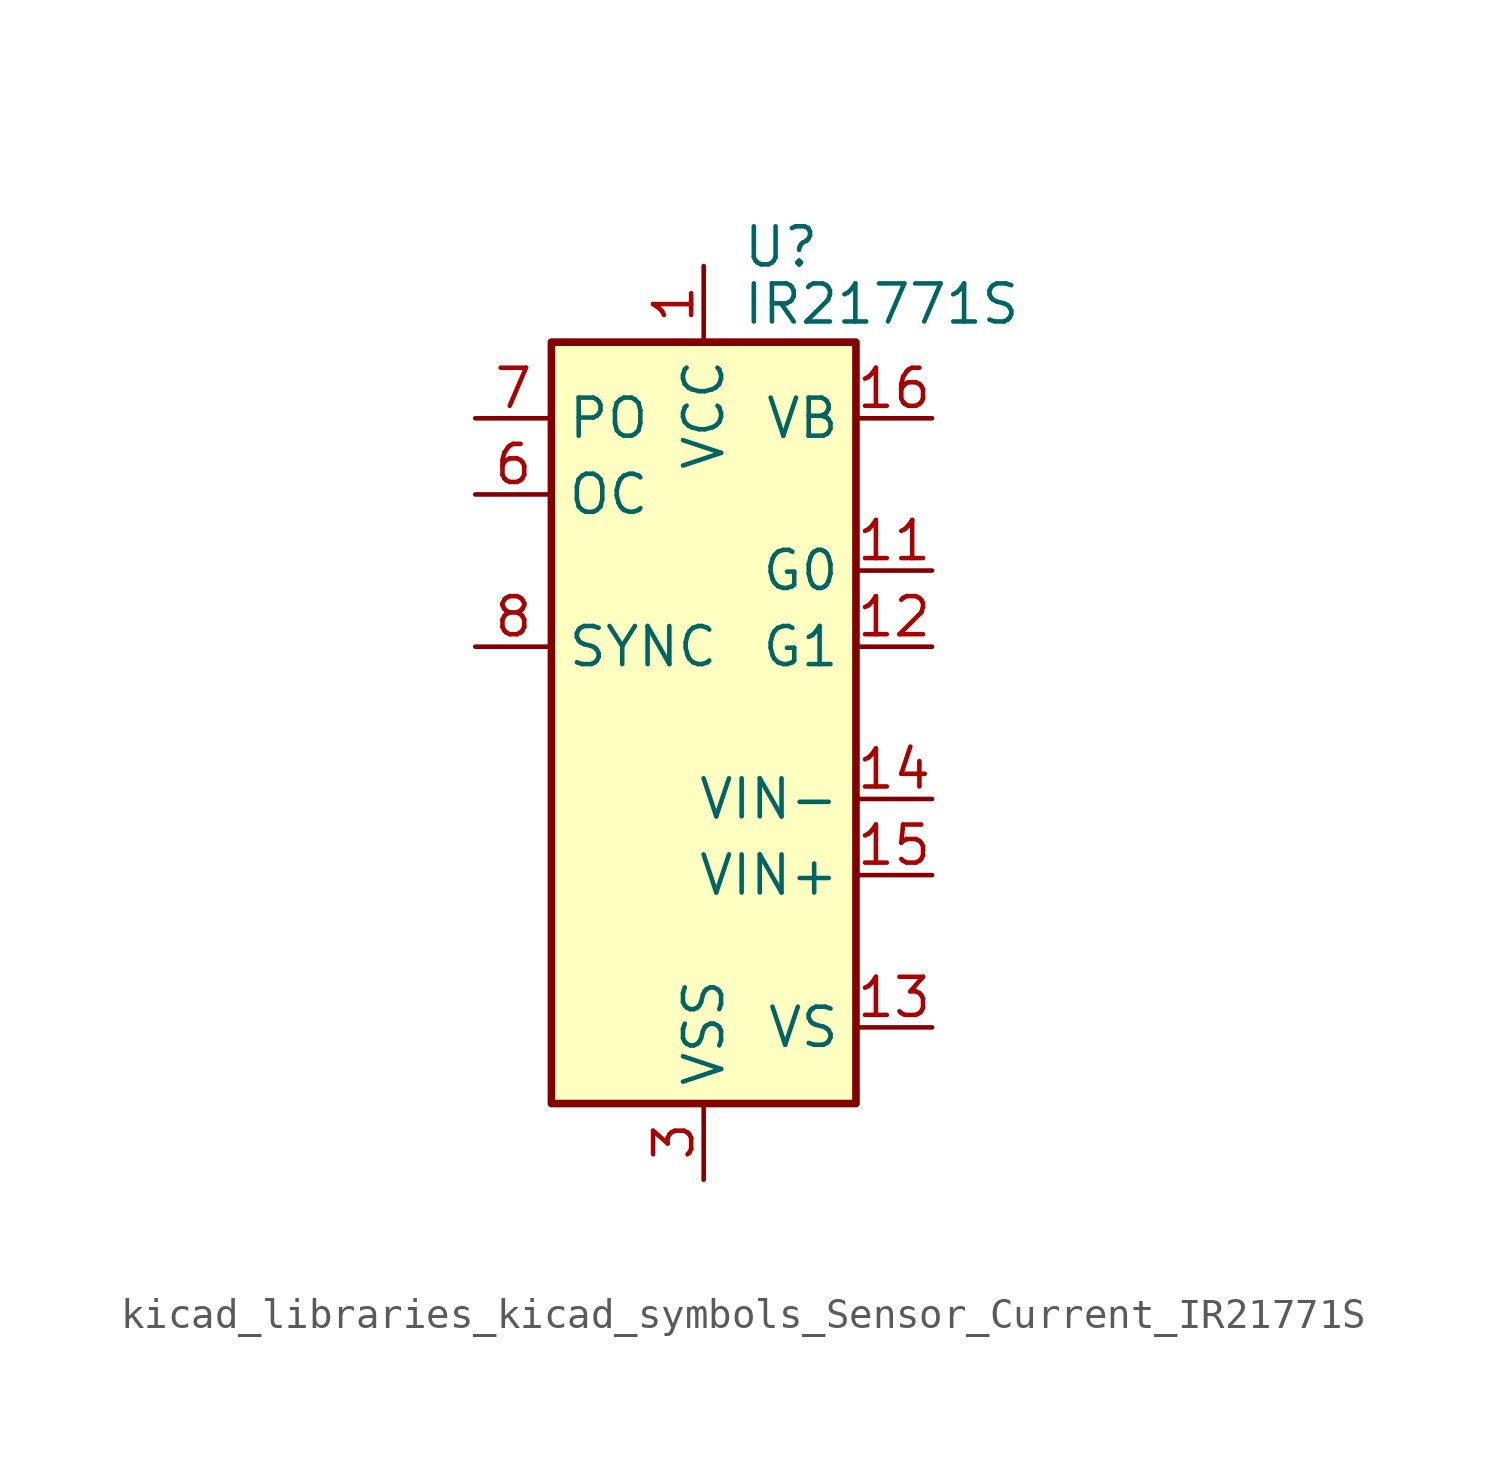
<source format=kicad_sym>
(kicad_symbol_lib
  (version 20220914)
  (generator kicad_symbol_editor)
  (symbol "kicad_libraries_kicad_symbols_Sensor_Current_IR21771S"
    (property "Reference" "U"
      (at 1.27 15.875 0)
      (effects (font (size 1.27 1.27)) (justify left)))
    (property "Value" "IR21771S"
      (at 1.27 13.97 0)
      (effects (font (size 1.27 1.27)) (justify left)))
    (symbol "kicad_libraries_kicad_symbols_Sensor_Current_IR21771S_0_1"
      (rectangle (start -5.08 -12.7) (end 5.08 12.7) (stroke (width 0.254) (type default)) (fill (type background))))
    (symbol "kicad_libraries_kicad_symbols_Sensor_Current_IR21771S_1_1"
      (pin power_in line (at 0 15.24 270) (length 2.54) (name "VCC" (effects (font (size 1.27 1.27)))) (number "1" (effects (font (size 1.27 1.27)))))
      (pin no_connect line (at -5.08 0 0) (length 2.54) hide (name "NC" (effects (font (size 1.27 1.27)))) (number "10" (effects (font (size 1.27 1.27)))))
      (pin input line (at 7.62 5.08 180) (length 2.54) (name "G0" (effects (font (size 1.27 1.27)))) (number "11" (effects (font (size 1.27 1.27)))))
      (pin input line (at 7.62 2.54 180) (length 2.54) (name "G1" (effects (font (size 1.27 1.27)))) (number "12" (effects (font (size 1.27 1.27)))))
      (pin passive line (at 7.62 -10.16 180) (length 2.54) (name "VS" (effects (font (size 1.27 1.27)))) (number "13" (effects (font (size 1.27 1.27)))))
      (pin passive line (at 7.62 -2.54 180) (length 2.54) (name "VIN-" (effects (font (size 1.27 1.27)))) (number "14" (effects (font (size 1.27 1.27)))))
      (pin passive line (at 7.62 -5.08 180) (length 2.54) (name "VIN+" (effects (font (size 1.27 1.27)))) (number "15" (effects (font (size 1.27 1.27)))))
      (pin passive line (at 7.62 10.16 180) (length 2.54) (name "VB" (effects (font (size 1.27 1.27)))) (number "16" (effects (font (size 1.27 1.27)))))
      (pin no_connect line (at -5.08 -5.08 0) (length 2.54) hide (name "NC" (effects (font (size 1.27 1.27)))) (number "2" (effects (font (size 1.27 1.27)))))
      (pin power_in line (at 0 -15.24 90) (length 2.54) (name "VSS" (effects (font (size 1.27 1.27)))) (number "3" (effects (font (size 1.27 1.27)))))
      (pin no_connect line (at -5.08 -7.62 0) (length 2.54) hide (name "NC" (effects (font (size 1.27 1.27)))) (number "4" (effects (font (size 1.27 1.27)))))
      (pin no_connect line (at -5.08 -2.54 0) (length 2.54) hide (name "NC" (effects (font (size 1.27 1.27)))) (number "5" (effects (font (size 1.27 1.27)))))
      (pin open_collector line (at -7.62 7.62 0) (length 2.54) (name "OC" (effects (font (size 1.27 1.27)))) (number "6" (effects (font (size 1.27 1.27)))))
      (pin open_collector line (at -7.62 10.16 0) (length 2.54) (name "PO" (effects (font (size 1.27 1.27)))) (number "7" (effects (font (size 1.27 1.27)))))
      (pin input line (at -7.62 2.54 0) (length 2.54) (name "SYNC" (effects (font (size 1.27 1.27)))) (number "8" (effects (font (size 1.27 1.27)))))
      (pin no_connect line (at -5.08 5.08 0) (length 2.54) hide (name "NC" (effects (font (size 1.27 1.27)))) (number "9" (effects (font (size 1.27 1.27))))))))
</source>
